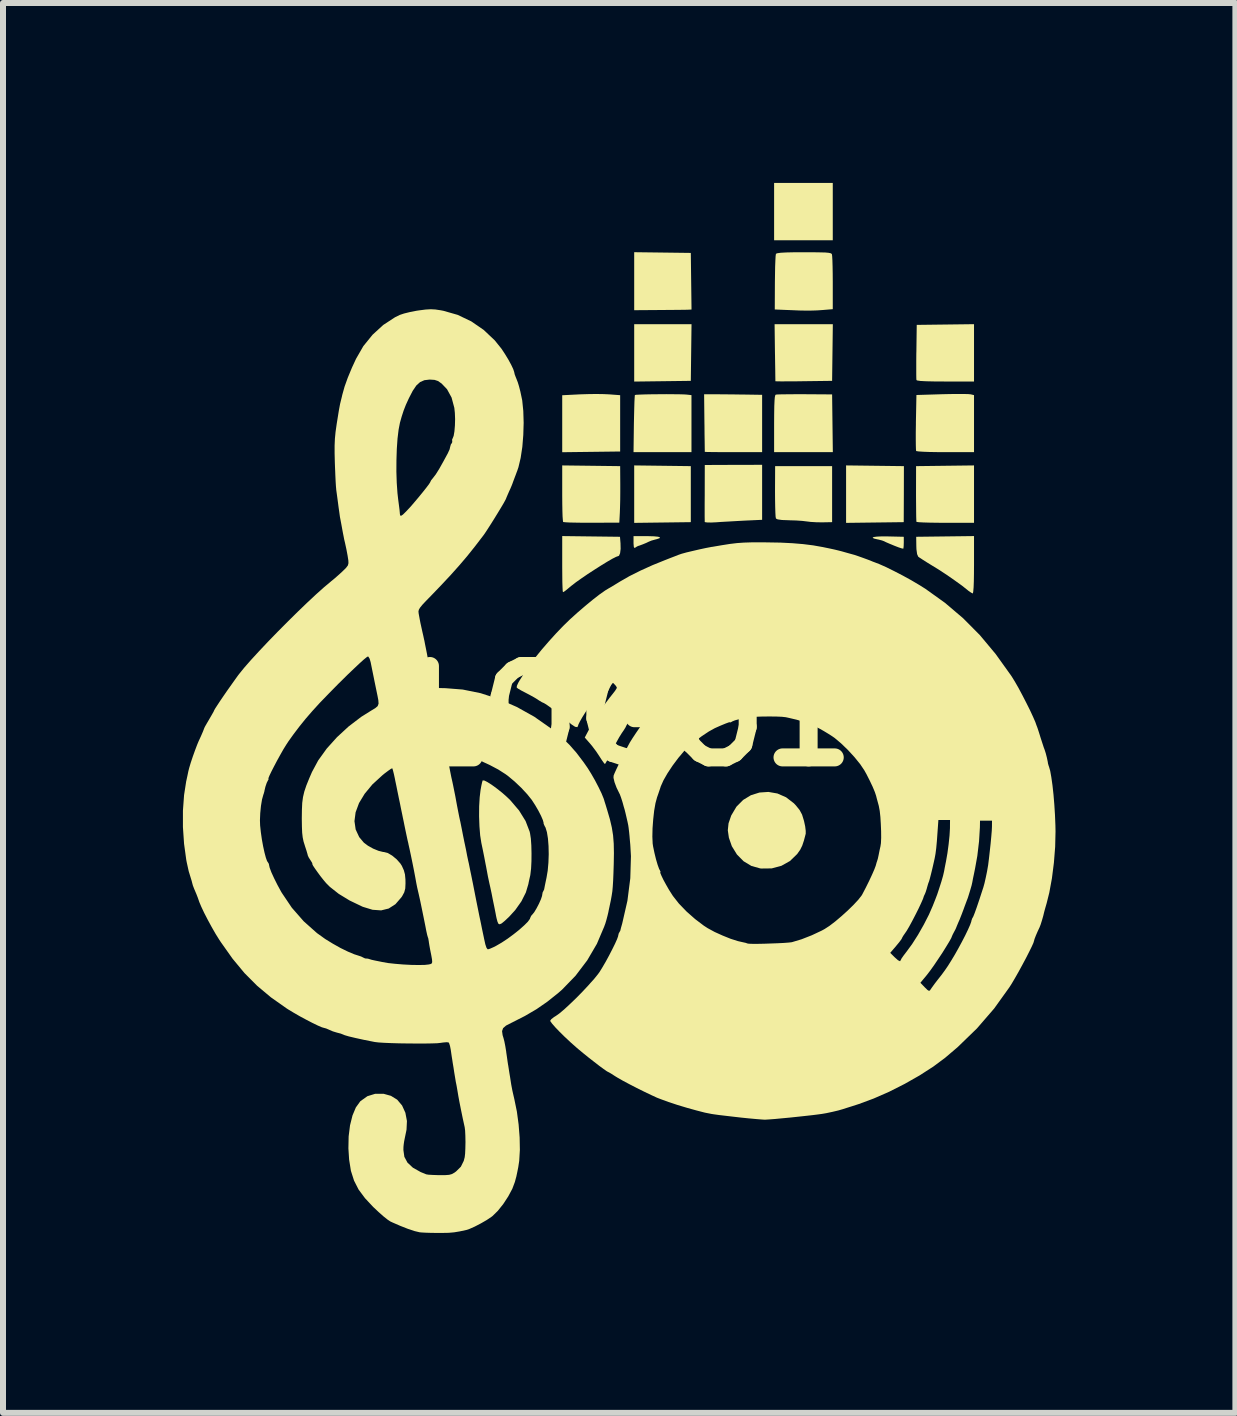
<source format=kicad_pcb>
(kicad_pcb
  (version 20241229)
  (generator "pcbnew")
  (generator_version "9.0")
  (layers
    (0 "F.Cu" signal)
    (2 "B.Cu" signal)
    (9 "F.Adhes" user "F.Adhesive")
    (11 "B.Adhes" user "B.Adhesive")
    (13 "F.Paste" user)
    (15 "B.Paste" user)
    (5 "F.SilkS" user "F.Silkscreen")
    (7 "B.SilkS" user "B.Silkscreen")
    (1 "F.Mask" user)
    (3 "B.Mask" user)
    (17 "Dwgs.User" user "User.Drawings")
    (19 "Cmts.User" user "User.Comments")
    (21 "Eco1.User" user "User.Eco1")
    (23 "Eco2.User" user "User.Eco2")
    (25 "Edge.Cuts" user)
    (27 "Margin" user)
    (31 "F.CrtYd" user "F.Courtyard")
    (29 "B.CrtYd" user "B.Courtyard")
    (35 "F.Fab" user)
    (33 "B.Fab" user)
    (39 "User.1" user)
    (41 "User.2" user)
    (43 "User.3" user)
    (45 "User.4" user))
  (footprint "LOGO1"
    (layer "F.Cu")
    (at 7.457 8.889)
    (property "Reference" "LOGO1" (at 0 0 0) (layer "F.SilkS") (effects (font (size 1.524 1.524) (thickness 0.3))))
    (attr board_only exclude_from_pos_files exclude_from_bom)
    (fp_poly (pts (xy 3.378 -7.933) (xy 2.4 -7.933) (xy 2.4 -8.889) (xy 3.378 -8.889)) (stroke (width 0) (type solid)) (fill yes) (layer "F.SilkS"))
    (fp_poly (pts (xy 4.564 -4.167) (xy 4.563 -3.7) (xy 4.561 -3.233) (xy 3.6 -3.221) (xy 3.6 -4.179)) (stroke (width 0) (type solid)) (fill yes) (layer "F.SilkS"))
    (fp_poly (pts (xy 0.539 -4.173) (xy 1.011 -4.167) (xy 1.011 -3.233) (xy 0.539 -3.227) (xy 0.067 -3.221) (xy 0.067 -4.179)) (stroke (width 0) (type solid)) (fill yes) (layer "F.SilkS"))
    (fp_poly (pts (xy 1.017 -6.061) (xy 1.011 -5.589) (xy 0.539 -5.583) (xy 0.067 -5.577) (xy 0.067 -6.533) (xy 1.023 -6.533)) (stroke (width 0) (type solid)) (fill yes) (layer "F.SilkS"))
    (fp_poly (pts (xy -0.444 -5.368) (xy -0.353 -5.364) (xy -0.167 -5.35) (xy -0.167 -4.411) (xy -0.65 -4.405) (xy -1.133 -4.399) (xy -1.133 -5.349) (xy -0.837 -5.364) (xy -0.705 -5.368) (xy -0.569 -5.37)) (stroke (width 0) (type solid)) (fill yes) (layer "F.SilkS"))
    (fp_poly (pts (xy 0.539 -7.728) (xy 1.011 -7.722) (xy 1.017 -7.25) (xy 1.023 -6.778) (xy 0.962 -6.775) (xy 0.92 -6.774) (xy 0.843 -6.773) (xy 0.737 -6.772) (xy 0.612 -6.771) (xy 0.483 -6.77) (xy 0.067 -6.767) (xy 0.067 -7.25) (xy 0.067 -7.734)) (stroke (width 0) (type solid)) (fill yes) (layer "F.SilkS"))
    (fp_poly (pts (xy 5.733 -5.578) (xy 5.257 -5.578) (xy 5.075 -5.579) (xy 4.937 -5.582) (xy 4.841 -5.587) (xy 4.787 -5.595) (xy 4.773 -5.602) (xy 4.771 -5.631) (xy 4.77 -5.697) (xy 4.77 -5.793) (xy 4.77 -5.912) (xy 4.771 -6.048) (xy 4.772 -6.074) (xy 4.778 -6.522) (xy 5.256 -6.528) (xy 5.733 -6.534)) (stroke (width 0) (type solid)) (fill yes) (layer "F.SilkS"))
    (fp_poly (pts (xy 2.879 -5.366) (xy 2.911 -5.366) (xy 3.367 -5.363) (xy 3.373 -4.882) (xy 3.379 -4.4) (xy 2.4 -4.4) (xy 2.4 -4.875) (xy 2.401 -5.042) (xy 2.403 -5.169) (xy 2.407 -5.26) (xy 2.412 -5.319) (xy 2.42 -5.351) (xy 2.428 -5.359) (xy 2.458 -5.362) (xy 2.525 -5.364) (xy 2.622 -5.365) (xy 2.743 -5.366)) (stroke (width 0) (type solid)) (fill yes) (layer "F.SilkS"))
    (fp_poly (pts (xy 3.373 -6.061) (xy 3.367 -5.589) (xy 2.894 -5.583) (xy 2.755 -5.581) (xy 2.632 -5.581) (xy 2.531 -5.58) (xy 2.46 -5.581) (xy 2.424 -5.582) (xy 2.421 -5.583) (xy 2.421 -5.606) (xy 2.42 -5.667) (xy 2.419 -5.759) (xy 2.417 -5.876) (xy 2.415 -6.011) (xy 2.414 -6.061) (xy 2.408 -6.533) (xy 3.379 -6.533)) (stroke (width 0) (type solid)) (fill yes) (layer "F.SilkS"))
    (fp_poly (pts (xy 5.733 -3.222) (xy 5.257 -3.222) (xy 5.116 -3.223) (xy 4.991 -3.225) (xy 4.889 -3.228) (xy 4.815 -3.232) (xy 4.777 -3.237) (xy 4.773 -3.239) (xy 4.771 -3.265) (xy 4.769 -3.329) (xy 4.768 -3.424) (xy 4.767 -3.542) (xy 4.766 -3.677) (xy 4.766 -3.711) (xy 4.767 -4.167) (xy 5.25 -4.173) (xy 5.733 -4.179)) (stroke (width 0) (type solid)) (fill yes) (layer "F.SilkS"))
    (fp_poly (pts (xy 0.394 -2.997) (xy 0.466 -2.99) (xy 0.498 -2.979) (xy 0.489 -2.965) (xy 0.438 -2.948) (xy 0.417 -2.943) (xy 0.356 -2.926) (xy 0.312 -2.908) (xy 0.268 -2.887) (xy 0.21 -2.863) (xy 0.156 -2.843) (xy 0.13 -2.835) (xy 0.102 -2.82) (xy 0.098 -2.817) (xy 0.074 -2.801) (xy 0.061 -2.82) (xy 0.056 -2.876) (xy 0.056 -2.9) (xy 0.056 -3) (xy 0.285 -3)) (stroke (width 0) (type solid)) (fill yes) (layer "F.SilkS"))
    (fp_poly (pts (xy 2.2 -3.73) (xy 2.2 -3.272) (xy 1.917 -3.259) (xy 1.785 -3.252) (xy 1.647 -3.244) (xy 1.521 -3.237) (xy 1.439 -3.231) (xy 1.352 -3.227) (xy 1.285 -3.228) (xy 1.248 -3.233) (xy 1.243 -3.237) (xy 1.243 -3.264) (xy 1.242 -3.328) (xy 1.242 -3.423) (xy 1.242 -3.543) (xy 1.243 -3.679) (xy 1.243 -3.721) (xy 1.244 -4.186) (xy 1.722 -4.188) (xy 2.2 -4.189)) (stroke (width 0) (type solid)) (fill yes) (layer "F.SilkS"))
    (fp_poly (pts (xy 3.367 -3.233) (xy 3.211 -3.23) (xy 3.111 -3.231) (xy 3.01 -3.237) (xy 2.944 -3.245) (xy 2.868 -3.254) (xy 2.767 -3.261) (xy 2.66 -3.264) (xy 2.64 -3.265) (xy 2.531 -3.269) (xy 2.46 -3.279) (xy 2.431 -3.293) (xy 2.425 -3.323) (xy 2.421 -3.39) (xy 2.418 -3.486) (xy 2.416 -3.605) (xy 2.415 -3.739) (xy 2.415 -3.743) (xy 2.417 -4.167) (xy 3.367 -4.167)) (stroke (width 0) (type solid)) (fill yes) (layer "F.SilkS"))
    (fp_poly (pts (xy 0.716 -5.366) (xy 0.818 -5.365) (xy 0.896 -5.363) (xy 0.942 -5.36) (xy 1.022 -5.351) (xy 1.022 -4.4) (xy 0.539 -4.4) (xy 0.056 -4.4) (xy 0.062 -4.872) (xy 0.065 -5.012) (xy 0.068 -5.136) (xy 0.071 -5.239) (xy 0.075 -5.312) (xy 0.078 -5.35) (xy 0.079 -5.353) (xy 0.104 -5.357) (xy 0.165 -5.36) (xy 0.253 -5.363) (xy 0.361 -5.365) (xy 0.48 -5.366) (xy 0.601 -5.367)) (stroke (width 0) (type solid)) (fill yes) (layer "F.SilkS"))
    (fp_poly (pts (xy -0.65 -4.173) (xy -0.167 -4.167) (xy -0.165 -3.867) (xy -0.165 -3.736) (xy -0.166 -3.604) (xy -0.169 -3.485) (xy -0.172 -3.396) (xy -0.181 -3.225) (xy -0.642 -3.223) (xy -0.781 -3.223) (xy -0.904 -3.225) (xy -1.006 -3.227) (xy -1.078 -3.231) (xy -1.115 -3.235) (xy -1.118 -3.236) (xy -1.122 -3.262) (xy -1.127 -3.326) (xy -1.13 -3.42) (xy -1.132 -3.539) (xy -1.133 -3.674) (xy -1.133 -3.715) (xy -1.133 -4.179)) (stroke (width 0) (type solid)) (fill yes) (layer "F.SilkS"))
    (fp_poly (pts (xy 1.47 -5.365) (xy 1.581 -5.364) (xy 1.711 -5.363) (xy 1.844 -5.361) (xy 1.872 -5.361) (xy 2.2 -5.356) (xy 2.2 -4.4) (xy 1.722 -4.4) (xy 1.582 -4.4) (xy 1.458 -4.401) (xy 1.356 -4.402) (xy 1.284 -4.403) (xy 1.247 -4.405) (xy 1.244 -4.406) (xy 1.244 -4.428) (xy 1.243 -4.489) (xy 1.242 -4.581) (xy 1.24 -4.698) (xy 1.239 -4.834) (xy 1.238 -4.888) (xy 1.233 -5.365) (xy 1.389 -5.365)) (stroke (width 0) (type solid)) (fill yes) (layer "F.SilkS"))
    (fp_poly (pts (xy 4.303 -2.995) (xy 4.562 -2.989) (xy 4.562 -2.894) (xy 4.56 -2.834) (xy 4.556 -2.796) (xy 4.553 -2.791) (xy 4.53 -2.795) (xy 4.477 -2.812) (xy 4.405 -2.84) (xy 4.4 -2.842) (xy 4.325 -2.873) (xy 4.265 -2.899) (xy 4.233 -2.915) (xy 4.233 -2.915) (xy 4.198 -2.928) (xy 4.14 -2.943) (xy 4.128 -2.945) (xy 4.064 -2.96) (xy 4.042 -2.974) (xy 4.06 -2.985) (xy 4.114 -2.992) (xy 4.202 -2.996)) (stroke (width 0) (type solid)) (fill yes) (layer "F.SilkS"))
    (fp_poly (pts (xy 5.564 -5.37) (xy 5.64 -5.368) (xy 5.679 -5.364) (xy 5.679 -5.364) (xy 5.733 -5.351) (xy 5.733 -4.4) (xy 5.257 -4.4) (xy 5.116 -4.401) (xy 4.99 -4.403) (xy 4.887 -4.407) (xy 4.812 -4.412) (xy 4.772 -4.418) (xy 4.768 -4.42) (xy 4.765 -4.447) (xy 4.763 -4.512) (xy 4.762 -4.607) (xy 4.762 -4.726) (xy 4.764 -4.862) (xy 4.764 -4.897) (xy 4.773 -5.353) (xy 5.199 -5.366) (xy 5.336 -5.369) (xy 5.46 -5.37)) (stroke (width 0) (type solid)) (fill yes) (layer "F.SilkS"))
    (fp_poly (pts (xy 5.733 -2.523) (xy 5.732 -2.372) (xy 5.73 -2.244) (xy 5.726 -2.143) (xy 5.72 -2.075) (xy 5.714 -2.045) (xy 5.713 -2.044) (xy 5.684 -2.058) (xy 5.638 -2.09) (xy 5.626 -2.1) (xy 5.533 -2.174) (xy 5.412 -2.261) (xy 5.277 -2.355) (xy 5.138 -2.446) (xy 5.033 -2.51) (xy 4.947 -2.563) (xy 4.873 -2.61) (xy 4.821 -2.644) (xy 4.803 -2.657) (xy 4.784 -2.7) (xy 4.773 -2.781) (xy 4.771 -2.837) (xy 4.769 -2.989) (xy 5.733 -3.001)) (stroke (width 0) (type solid)) (fill yes) (layer "F.SilkS"))
    (fp_poly (pts (xy -0.652 -2.995) (xy -0.17 -2.989) (xy -0.161 -2.88) (xy -0.159 -2.787) (xy -0.168 -2.715) (xy -0.186 -2.673) (xy -0.2 -2.667) (xy -0.234 -2.655) (xy -0.299 -2.622) (xy -0.385 -2.572) (xy -0.486 -2.51) (xy -0.596 -2.44) (xy -0.707 -2.368) (xy -0.812 -2.296) (xy -0.904 -2.231) (xy -0.976 -2.175) (xy -0.978 -2.174) (xy -1.044 -2.119) (xy -1.084 -2.087) (xy -1.106 -2.072) (xy -1.117 -2.067) (xy -1.121 -2.067) (xy -1.125 -2.088) (xy -1.128 -2.147) (xy -1.131 -2.237) (xy -1.132 -2.353) (xy -1.133 -2.487) (xy -1.133 -2.534) (xy -1.133 -3.001)) (stroke (width 0) (type solid)) (fill yes) (layer "F.SilkS"))
    (fp_poly (pts (xy 3.054 -7.733) (xy 3.17 -7.731) (xy 3.253 -7.729) (xy 3.308 -7.724) (xy 3.342 -7.717) (xy 3.359 -7.707) (xy 3.364 -7.698) (xy 3.368 -7.666) (xy 3.372 -7.597) (xy 3.375 -7.498) (xy 3.377 -7.377) (xy 3.378 -7.241) (xy 3.378 -7.224) (xy 3.378 -6.784) (xy 3.208 -6.77) (xy 3.122 -6.764) (xy 3.036 -6.761) (xy 2.941 -6.76) (xy 2.825 -6.762) (xy 2.681 -6.768) (xy 2.578 -6.772) (xy 2.411 -6.779) (xy 2.413 -7.231) (xy 2.415 -7.369) (xy 2.417 -7.493) (xy 2.421 -7.595) (xy 2.425 -7.668) (xy 2.43 -7.705) (xy 2.431 -7.708) (xy 2.455 -7.717) (xy 2.512 -7.725) (xy 2.607 -7.73) (xy 2.742 -7.733) (xy 2.899 -7.733)) (stroke (width 0) (type solid)) (fill yes) (layer "F.SilkS"))
    (fp_poly (pts (xy 2.455 1.291) (xy 2.599 1.354) (xy 2.73 1.455) (xy 2.763 1.49) (xy 2.825 1.567) (xy 2.866 1.643) (xy 2.896 1.741) (xy 2.9 1.756) (xy 2.918 1.84) (xy 2.927 1.914) (xy 2.927 1.961) (xy 2.927 1.962) (xy 2.897 2.076) (xy 2.869 2.16) (xy 2.836 2.227) (xy 2.792 2.29) (xy 2.784 2.301) (xy 2.664 2.417) (xy 2.521 2.497) (xy 2.36 2.54) (xy 2.188 2.542) (xy 2.167 2.54) (xy 2.021 2.499) (xy 1.89 2.42) (xy 1.78 2.308) (xy 1.695 2.17) (xy 1.646 2.029) (xy 1.628 1.905) (xy 1.64 1.789) (xy 1.683 1.663) (xy 1.686 1.656) (xy 1.772 1.511) (xy 1.883 1.399) (xy 2.013 1.32) (xy 2.156 1.275) (xy 2.305 1.265)) (stroke (width 0) (type solid)) (fill yes) (layer "F.SilkS"))
    (fp_poly (pts (xy -2.431 1.075) (xy -2.378 1.102) (xy -2.307 1.147) (xy -2.225 1.207) (xy -2.139 1.275) (xy -2.057 1.347) (xy -2 1.402) (xy -1.853 1.574) (xy -1.744 1.75) (xy -1.676 1.927) (xy -1.669 1.958) (xy -1.656 2.043) (xy -1.648 2.158) (xy -1.645 2.289) (xy -1.646 2.421) (xy -1.652 2.541) (xy -1.663 2.635) (xy -1.666 2.656) (xy -1.682 2.726) (xy -1.694 2.782) (xy -1.697 2.8) (xy -1.739 2.941) (xy -1.814 3.09) (xy -1.916 3.234) (xy -2.015 3.343) (xy -2.091 3.415) (xy -2.144 3.458) (xy -2.177 3.472) (xy -2.198 3.462) (xy -2.212 3.429) (xy -2.213 3.427) (xy -2.228 3.37) (xy -2.236 3.333) (xy -2.243 3.294) (xy -2.256 3.228) (xy -2.266 3.178) (xy -2.282 3.101) (xy -2.295 3.037) (xy -2.3 3.011) (xy -2.309 2.964) (xy -2.324 2.894) (xy -2.332 2.856) (xy -2.348 2.786) (xy -2.36 2.73) (xy -2.372 2.673) (xy -2.385 2.603) (xy -2.403 2.506) (xy -2.411 2.467) (xy -2.433 2.351) (xy -2.458 2.226) (xy -2.481 2.117) (xy -2.482 2.111) (xy -2.501 1.99) (xy -2.513 1.839) (xy -2.519 1.673) (xy -2.518 1.506) (xy -2.509 1.353) (xy -2.495 1.237) (xy -2.481 1.159) (xy -2.468 1.101) (xy -2.459 1.073) (xy -2.458 1.073)) (stroke (width 0) (type solid)) (fill yes) (layer "F.SilkS"))
    (fp_poly (pts (xy 2.267 -2.896) (xy 2.503 -2.892) (xy 2.705 -2.882) (xy 2.884 -2.867) (xy 3.051 -2.846) (xy 3.215 -2.817) (xy 3.233 -2.813) (xy 3.335 -2.792) (xy 3.408 -2.776) (xy 3.466 -2.762) (xy 3.525 -2.747) (xy 3.578 -2.732) (xy 3.642 -2.714) (xy 3.689 -2.701) (xy 3.7 -2.698) (xy 3.74 -2.687) (xy 3.805 -2.665) (xy 3.881 -2.638) (xy 3.952 -2.612) (xy 4 -2.594) (xy 4.045 -2.575) (xy 4.067 -2.567) (xy 4.153 -2.534) (xy 4.268 -2.483) (xy 4.401 -2.417) (xy 4.544 -2.343) (xy 4.686 -2.265) (xy 4.818 -2.187) (xy 4.922 -2.122) (xy 5.25 -1.887) (xy 5.551 -1.631) (xy 5.831 -1.349) (xy 6.094 -1.034) (xy 6.347 -0.681) (xy 6.362 -0.659) (xy 6.412 -0.578) (xy 6.473 -0.472) (xy 6.538 -0.35) (xy 6.604 -0.222) (xy 6.666 -0.098) (xy 6.717 0.012) (xy 6.755 0.099) (xy 6.767 0.133) (xy 6.777 0.161) (xy 6.784 0.178) (xy 6.797 0.215) (xy 6.818 0.28) (xy 6.843 0.361) (xy 6.845 0.367) (xy 6.872 0.45) (xy 6.895 0.521) (xy 6.912 0.566) (xy 6.912 0.567) (xy 6.929 0.62) (xy 6.948 0.694) (xy 6.963 0.766) (xy 6.966 0.789) (xy 6.977 0.828) (xy 6.983 0.844) (xy 7.003 0.913) (xy 7.022 1.019) (xy 7.041 1.153) (xy 7.058 1.308) (xy 7.072 1.476) (xy 7.083 1.65) (xy 7.09 1.821) (xy 7.092 1.922) (xy 7.086 2.18) (xy 7.065 2.445) (xy 7.032 2.705) (xy 6.988 2.945) (xy 6.944 3.121) (xy 6.923 3.194) (xy 6.907 3.251) (xy 6.901 3.275) (xy 6.887 3.333) (xy 6.866 3.406) (xy 6.844 3.476) (xy 6.825 3.525) (xy 6.822 3.531) (xy 6.793 3.593) (xy 6.764 3.66) (xy 6.742 3.717) (xy 6.733 3.75) (xy 6.723 3.783) (xy 6.694 3.847) (xy 6.651 3.934) (xy 6.598 4.038) (xy 6.538 4.15) (xy 6.476 4.264) (xy 6.415 4.371) (xy 6.36 4.464) (xy 6.323 4.522) (xy 6.069 4.876) (xy 5.783 5.207) (xy 5.459 5.521) (xy 5.251 5.698) (xy 5.055 5.844) (xy 4.827 5.991) (xy 4.577 6.133) (xy 4.318 6.264) (xy 4.06 6.377) (xy 3.815 6.468) (xy 3.781 6.479) (xy 3.691 6.508) (xy 3.608 6.534) (xy 3.549 6.553) (xy 3.543 6.555) (xy 3.47 6.576) (xy 3.373 6.599) (xy 3.27 6.621) (xy 3.2 6.633) (xy 3.134 6.642) (xy 3.039 6.654) (xy 2.922 6.667) (xy 2.793 6.681) (xy 2.66 6.695) (xy 2.531 6.707) (xy 2.416 6.718) (xy 2.324 6.725) (xy 2.262 6.729) (xy 2.244 6.73) (xy 2.185 6.726) (xy 2.099 6.719) (xy 2.001 6.71) (xy 1.978 6.708) (xy 1.851 6.695) (xy 1.72 6.68) (xy 1.592 6.665) (xy 1.481 6.652) (xy 1.395 6.64) (xy 1.356 6.634) (xy 1.245 6.612) (xy 1.106 6.576) (xy 0.951 6.533) (xy 0.791 6.485) (xy 0.64 6.435) (xy 0.511 6.388) (xy 0.444 6.362) (xy 0.349 6.318) (xy 0.234 6.263) (xy 0.111 6.202) (xy -0.011 6.139) (xy -0.12 6.081) (xy -0.206 6.032) (xy -0.247 6.007) (xy -0.308 5.968) (xy -0.353 5.941) (xy -0.37 5.933) (xy -0.393 5.92) (xy -0.444 5.884) (xy -0.515 5.832) (xy -0.599 5.767) (xy -0.689 5.697) (xy -0.777 5.626) (xy -0.858 5.559) (xy -0.9 5.523) (xy -0.997 5.437) (xy -1.091 5.349) (xy -1.177 5.264) (xy -1.25 5.188) (xy -1.303 5.127) (xy -1.331 5.088) (xy -1.333 5.079) (xy -1.315 5.054) (xy -1.27 5.019) (xy -1.239 5) (xy -1.18 4.958) (xy -1.099 4.89) (xy -1.004 4.802) (xy -0.899 4.701) (xy -0.794 4.594) (xy -0.694 4.487) (xy -0.659 4.447) (xy 4.839 4.447) (xy 4.912 4.523) (xy 4.957 4.567) (xy 4.983 4.582) (xy 5 4.572) (xy 5.009 4.558) (xy 5.036 4.519) (xy 5.079 4.46) (xy 5.122 4.404) (xy 5.192 4.315) (xy 5.247 4.24) (xy 5.297 4.167) (xy 5.351 4.081) (xy 5.413 3.978) (xy 5.471 3.875) (xy 5.53 3.766) (xy 5.586 3.658) (xy 5.633 3.56) (xy 5.668 3.481) (xy 5.687 3.428) (xy 5.689 3.415) (xy 5.703 3.373) (xy 5.708 3.366) (xy 5.722 3.34) (xy 5.745 3.282) (xy 5.778 3.19) (xy 5.822 3.06) (xy 5.877 2.891) (xy 5.889 2.855) (xy 5.908 2.786) (xy 5.929 2.693) (xy 5.95 2.592) (xy 5.965 2.505) (xy 5.968 2.489) (xy 5.982 2.377) (xy 5.996 2.252) (xy 6.01 2.125) (xy 6.021 2.008) (xy 6.029 1.912) (xy 6.032 1.847) (xy 6.032 1.844) (xy 6.033 1.744) (xy 5.833 1.744) (xy 5.831 1.856) (xy 5.817 2.087) (xy 5.788 2.332) (xy 5.752 2.533) (xy 5.733 2.628) (xy 5.716 2.708) (xy 5.706 2.763) (xy 5.703 2.778) (xy 5.692 2.826) (xy 5.667 2.912) (xy 5.633 3.022) (xy 5.623 3.05) (xy 5.616 3.067) (xy 5.602 3.105) (xy 5.578 3.169) (xy 5.559 3.222) (xy 5.526 3.309) (xy 5.492 3.395) (xy 5.475 3.433) (xy 5.451 3.49) (xy 5.436 3.527) (xy 5.434 3.533) (xy 5.422 3.559) (xy 5.4 3.6) (xy 5.377 3.644) (xy 5.367 3.667) (xy 5.353 3.702) (xy 5.317 3.766) (xy 5.266 3.85) (xy 5.205 3.948) (xy 5.137 4.05) (xy 5.069 4.151) (xy 5.005 4.241) (xy 4.95 4.313) (xy 4.937 4.329) (xy 4.839 4.447) (xy -0.659 4.447) (xy -0.606 4.389) (xy -0.538 4.305) (xy -0.511 4.268) (xy -0.463 4.19) (xy -0.408 4.096) (xy -0.352 3.993) (xy -0.329 3.948) (xy 4.336 3.948) (xy 4.407 4.019) (xy 4.465 4.071) (xy 4.5 4.088) (xy 4.511 4.069) (xy 4.524 4.043) (xy 4.558 3.994) (xy 4.606 3.931) (xy 4.607 3.93) (xy 4.7 3.803) (xy 4.799 3.648) (xy 4.895 3.479) (xy 4.981 3.311) (xy 5.044 3.167) (xy 5.065 3.114) (xy 5.088 3.056) (xy 5.12 2.972) (xy 5.154 2.869) (xy 5.188 2.763) (xy 5.216 2.666) (xy 5.233 2.593) (xy 5.236 2.578) (xy 5.243 2.538) (xy 5.256 2.472) (xy 5.266 2.422) (xy 5.29 2.285) (xy 5.31 2.135) (xy 5.325 1.99) (xy 5.332 1.868) (xy 5.332 1.85) (xy 5.333 1.733) (xy 5.139 1.733) (xy 5.125 1.928) (xy 5.114 2.083) (xy 5.103 2.202) (xy 5.091 2.295) (xy 5.078 2.367) (xy 5.06 2.448) (xy 5.039 2.54) (xy 5.017 2.63) (xy 4.998 2.704) (xy 4.985 2.75) (xy 4.983 2.756) (xy 4.97 2.79) (xy 4.961 2.82) (xy 4.948 2.866) (xy 4.945 2.878) (xy 4.928 2.932) (xy 4.914 2.967) (xy 4.9 2.996) (xy 4.898 3) (xy 4.883 3.046) (xy 4.85 3.121) (xy 4.806 3.215) (xy 4.754 3.318) (xy 4.701 3.42) (xy 4.651 3.512) (xy 4.609 3.583) (xy 4.587 3.615) (xy 4.553 3.664) (xy 4.534 3.697) (xy 4.533 3.702) (xy 4.52 3.725) (xy 4.485 3.772) (xy 4.435 3.832) (xy 4.435 3.833) (xy 4.336 3.948) (xy -0.329 3.948) (xy -0.299 3.89) (xy -0.253 3.797) (xy -0.219 3.721) (xy -0.201 3.671) (xy -0.2 3.662) (xy -0.19 3.622) (xy -0.185 3.614) (xy -0.165 3.579) (xy -0.163 3.572) (xy -0.154 3.534) (xy -0.137 3.474) (xy -0.132 3.456) (xy -0.046 3.08) (xy 0.002 2.704) (xy 0.013 2.336) (xy 0.002 2.147) (xy -0.008 2.037) (xy -0.01 2.01) (xy 0.37 2.01) (xy 0.375 2.126) (xy 0.382 2.173) (xy 0.405 2.283) (xy 0.431 2.389) (xy 0.458 2.481) (xy 0.482 2.547) (xy 0.495 2.572) (xy 0.507 2.596) (xy 0.502 2.6) (xy 0.503 2.618) (xy 0.522 2.664) (xy 0.555 2.732) (xy 0.598 2.811) (xy 0.646 2.895) (xy 0.695 2.972) (xy 0.713 3) (xy 0.812 3.126) (xy 0.94 3.259) (xy 1.083 3.385) (xy 1.228 3.495) (xy 1.293 3.537) (xy 1.409 3.6) (xy 1.542 3.66) (xy 1.676 3.714) (xy 1.799 3.753) (xy 1.878 3.771) (xy 1.928 3.782) (xy 1.955 3.792) (xy 1.981 3.796) (xy 2.042 3.798) (xy 2.129 3.798) (xy 2.234 3.796) (xy 2.346 3.792) (xy 2.457 3.788) (xy 2.558 3.783) (xy 2.639 3.777) (xy 2.692 3.771) (xy 2.7 3.769) (xy 2.857 3.722) (xy 3.028 3.655) (xy 3.192 3.578) (xy 3.24 3.552) (xy 3.322 3.499) (xy 3.42 3.424) (xy 3.525 3.335) (xy 3.629 3.241) (xy 3.725 3.147) (xy 3.804 3.062) (xy 3.858 2.993) (xy 3.869 2.975) (xy 3.928 2.862) (xy 3.984 2.749) (xy 4.033 2.644) (xy 4.071 2.557) (xy 4.094 2.496) (xy 4.099 2.478) (xy 4.11 2.438) (xy 4.116 2.422) (xy 4.129 2.38) (xy 4.143 2.316) (xy 4.146 2.3) (xy 4.159 2.235) (xy 4.17 2.185) (xy 4.172 2.178) (xy 4.181 2.12) (xy 4.185 2.03) (xy 4.184 1.919) (xy 4.179 1.8) (xy 4.172 1.684) (xy 4.161 1.582) (xy 4.147 1.507) (xy 4.146 1.5) (xy 4.125 1.423) (xy 4.108 1.36) (xy 4.101 1.331) (xy 4.08 1.268) (xy 4.043 1.179) (xy 3.994 1.076) (xy 3.94 0.969) (xy 3.904 0.905) (xy 3.835 0.802) (xy 3.74 0.685) (xy 3.63 0.565) (xy 3.516 0.455) (xy 3.409 0.365) (xy 3.37 0.338) (xy 3.303 0.295) (xy 3.227 0.249) (xy 3.154 0.208) (xy 3.096 0.178) (xy 3.067 0.166) (xy 3.041 0.157) (xy 2.99 0.136) (xy 2.967 0.125) (xy 2.88 0.092) (xy 2.776 0.061) (xy 2.644 0.03) (xy 2.593 0.019) (xy 2.529 0.012) (xy 2.435 0.008) (xy 2.321 0.007) (xy 2.202 0.008) (xy 2.09 0.012) (xy 1.998 0.019) (xy 1.944 0.026) (xy 1.894 0.037) (xy 1.825 0.051) (xy 1.811 0.054) (xy 1.748 0.071) (xy 1.701 0.09) (xy 1.694 0.095) (xy 1.671 0.107) (xy 1.667 0.104) (xy 1.648 0.104) (xy 1.593 0.124) (xy 1.508 0.159) (xy 1.411 0.202) (xy 1.312 0.257) (xy 1.197 0.333) (xy 1.079 0.422) (xy 0.972 0.512) (xy 0.9 0.583) (xy 0.802 0.699) (xy 0.708 0.825) (xy 0.623 0.953) (xy 0.555 1.072) (xy 0.51 1.173) (xy 0.498 1.211) (xy 0.487 1.243) (xy 0.467 1.302) (xy 0.448 1.356) (xy 0.422 1.452) (xy 0.4 1.578) (xy 0.384 1.723) (xy 0.373 1.871) (xy 0.37 2.01) (xy -0.01 2.01) (xy -0.017 1.939) (xy -0.026 1.863) (xy -0.032 1.822) (xy -0.044 1.764) (xy -0.061 1.69) (xy -0.078 1.617) (xy -0.092 1.561) (xy -0.097 1.544) (xy -0.107 1.511) (xy -0.123 1.452) (xy -0.131 1.425) (xy -0.153 1.357) (xy -0.173 1.303) (xy -0.179 1.292) (xy -0.227 1.194) (xy -0.261 1.103) (xy -0.278 1.03) (xy -0.276 0.993) (xy -0.26 0.952) (xy -0.228 0.882) (xy -0.185 0.792) (xy -0.136 0.692) (xy -0.086 0.593) (xy -0.04 0.505) (xy -0.005 0.44) (xy 0.04 0.368) (xy 0.101 0.276) (xy 0.168 0.179) (xy 0.23 0.092) (xy 0.247 0.07) (xy 0.272 0.034) (xy 0.27 0.008) (xy 0.239 -0.026) (xy 0.229 -0.035) (xy 0.184 -0.071) (xy 0.15 -0.087) (xy 0.147 -0.088) (xy 0.124 -0.071) (xy 0.083 -0.03) (xy 0.035 0.025) (xy -0.012 0.083) (xy -0.049 0.133) (xy -0.066 0.164) (xy -0.067 0.166) (xy -0.078 0.19) (xy -0.108 0.238) (xy -0.141 0.286) (xy -0.184 0.355) (xy -0.236 0.449) (xy -0.29 0.551) (xy -0.312 0.597) (xy -0.354 0.682) (xy -0.389 0.749) (xy -0.414 0.791) (xy -0.421 0.8) (xy -0.438 0.782) (xy -0.471 0.736) (xy -0.509 0.677) (xy -0.566 0.591) (xy -0.632 0.503) (xy -0.671 0.456) (xy -0.757 0.358) (xy -0.692 0.235) (xy -0.649 0.158) (xy -0.608 0.087) (xy -0.585 0.051) (xy -0.55 -0.005) (xy -0.522 -0.049) (xy -0.475 -0.123) (xy -0.411 -0.214) (xy -0.343 -0.305) (xy -0.295 -0.365) (xy -0.253 -0.419) (xy -0.227 -0.46) (xy -0.222 -0.474) (xy -0.237 -0.502) (xy -0.274 -0.542) (xy -0.28 -0.548) (xy -0.323 -0.582) (xy -0.352 -0.586) (xy -0.373 -0.573) (xy -0.41 -0.534) (xy -0.464 -0.468) (xy -0.529 -0.381) (xy -0.599 -0.283) (xy -0.67 -0.179) (xy -0.737 -0.077) (xy -0.795 0.015) (xy -0.838 0.09) (xy -0.863 0.141) (xy -0.867 0.156) (xy -0.88 0.185) (xy -0.918 0.179) (xy -0.98 0.138) (xy -1.036 0.09) (xy -1.101 0.034) (xy -1.178 -0.029) (xy -1.259 -0.092) (xy -1.335 -0.148) (xy -1.399 -0.193) (xy -1.441 -0.218) (xy -1.452 -0.222) (xy -1.477 -0.234) (xy -1.523 -0.262) (xy -1.54 -0.274) (xy -1.602 -0.312) (xy -1.684 -0.357) (xy -1.747 -0.39) (xy -1.816 -0.426) (xy -1.869 -0.457) (xy -1.892 -0.475) (xy -1.889 -0.504) (xy -1.866 -0.555) (xy -1.841 -0.598) (xy -1.799 -0.664) (xy -1.763 -0.722) (xy -1.749 -0.744) (xy -1.681 -0.844) (xy -1.589 -0.967) (xy -1.479 -1.103) (xy -1.358 -1.243) (xy -1.235 -1.379) (xy -1.118 -1.501) (xy -1.005 -1.611) (xy -0.88 -1.724) (xy -0.751 -1.835) (xy -0.626 -1.938) (xy -0.513 -2.026) (xy -0.418 -2.093) (xy -0.367 -2.124) (xy -0.327 -2.147) (xy -0.262 -2.186) (xy -0.185 -2.233) (xy -0.167 -2.244) (xy -0.012 -2.333) (xy 0.174 -2.426) (xy 0.375 -2.517) (xy 0.578 -2.599) (xy 0.667 -2.634) (xy 0.745 -2.664) (xy 0.799 -2.685) (xy 0.811 -2.69) (xy 0.858 -2.706) (xy 0.938 -2.728) (xy 1.039 -2.752) (xy 1.151 -2.778) (xy 1.262 -2.802) (xy 1.362 -2.821) (xy 1.367 -2.821) (xy 1.531 -2.849) (xy 1.664 -2.87) (xy 1.781 -2.884) (xy 1.894 -2.892) (xy 2.015 -2.896) (xy 2.159 -2.897)) (stroke (width 0) (type solid)) (fill yes) (layer "F.SilkS"))
    (fp_poly (pts (xy -3.249 -6.779) (xy -3.161 -6.766) (xy -3.114 -6.757) (xy -2.876 -6.689) (xy -2.65 -6.581) (xy -2.442 -6.438) (xy -2.258 -6.264) (xy -2.146 -6.125) (xy -2.088 -6.037) (xy -2.032 -5.945) (xy -1.984 -5.857) (xy -1.95 -5.785) (xy -1.934 -5.737) (xy -1.933 -5.732) (xy -1.925 -5.696) (xy -1.904 -5.641) (xy -1.902 -5.637) (xy -1.874 -5.565) (xy -1.854 -5.5) (xy -1.84 -5.446) (xy -1.831 -5.411) (xy -1.8 -5.264) (xy -1.782 -5.087) (xy -1.776 -4.891) (xy -1.782 -4.687) (xy -1.798 -4.488) (xy -1.826 -4.304) (xy -1.863 -4.148) (xy -1.883 -4.089) (xy -1.897 -4.053) (xy -1.9 -4.044) (xy -1.91 -4.017) (xy -1.919 -3.994) (xy -1.94 -3.938) (xy -1.948 -3.917) (xy -1.962 -3.878) (xy -1.966 -3.867) (xy -1.976 -3.842) (xy -1.998 -3.79) (xy -2.018 -3.747) (xy -2.045 -3.685) (xy -2.063 -3.643) (xy -2.067 -3.631) (xy -2.078 -3.607) (xy -2.108 -3.552) (xy -2.153 -3.476) (xy -2.207 -3.387) (xy -2.266 -3.291) (xy -2.325 -3.197) (xy -2.379 -3.113) (xy -2.423 -3.046) (xy -2.448 -3.011) (xy -2.586 -2.831) (xy -2.717 -2.667) (xy -2.85 -2.511) (xy -2.992 -2.352) (xy -3.151 -2.182) (xy -3.319 -2.007) (xy -3.406 -1.918) (xy -3.466 -1.854) (xy -3.503 -1.808) (xy -3.523 -1.774) (xy -3.53 -1.745) (xy -3.527 -1.713) (xy -3.524 -1.696) (xy -3.51 -1.619) (xy -3.497 -1.552) (xy -3.48 -1.475) (xy -3.466 -1.411) (xy -3.449 -1.337) (xy -3.436 -1.276) (xy -3.431 -1.256) (xy -3.421 -1.202) (xy -3.405 -1.123) (xy -3.388 -1.037) (xy -3.374 -0.961) (xy -3.366 -0.922) (xy -3.357 -0.876) (xy -3.343 -0.805) (xy -3.334 -0.756) (xy -3.319 -0.682) (xy -3.307 -0.623) (xy -3.303 -0.6) (xy -3.289 -0.536) (xy -3.271 -0.497) (xy -3.238 -0.476) (xy -3.18 -0.467) (xy -3.089 -0.465) (xy -3.082 -0.465) (xy -2.792 -0.442) (xy -2.492 -0.381) (xy -2.189 -0.283) (xy -1.889 -0.151) (xy -1.599 0.011) (xy -1.325 0.203) (xy -1.297 0.224) (xy -1.145 0.352) (xy -1.014 0.478) (xy -0.896 0.612) (xy -0.777 0.769) (xy -0.708 0.868) (xy -0.649 0.963) (xy -0.586 1.073) (xy -0.527 1.186) (xy -0.477 1.29) (xy -0.443 1.373) (xy -0.434 1.4) (xy -0.427 1.425) (xy -0.409 1.481) (xy -0.386 1.557) (xy -0.383 1.567) (xy -0.338 1.721) (xy -0.306 1.858) (xy -0.285 1.989) (xy -0.274 2.128) (xy -0.271 2.286) (xy -0.274 2.467) (xy -0.279 2.624) (xy -0.284 2.745) (xy -0.29 2.841) (xy -0.297 2.92) (xy -0.308 2.991) (xy -0.321 3.065) (xy -0.333 3.122) (xy -0.348 3.193) (xy -0.36 3.249) (xy -0.363 3.267) (xy -0.378 3.33) (xy -0.397 3.402) (xy -0.414 3.459) (xy -0.417 3.467) (xy -0.43 3.502) (xy -0.433 3.511) (xy -0.555 3.798) (xy -0.716 4.073) (xy -0.911 4.33) (xy -1.135 4.561) (xy -1.2 4.618) (xy -1.382 4.763) (xy -1.561 4.887) (xy -1.754 5) (xy -1.974 5.112) (xy -1.983 5.116) (xy -2.07 5.161) (xy -2.119 5.204) (xy -2.136 5.253) (xy -2.127 5.32) (xy -2.112 5.369) (xy -2.098 5.423) (xy -2.082 5.504) (xy -2.067 5.595) (xy -2.067 5.6) (xy -2.054 5.689) (xy -2.043 5.768) (xy -2.035 5.82) (xy -2.034 5.822) (xy -2.026 5.873) (xy -2.014 5.95) (xy -2.002 6.022) (xy -1.983 6.145) (xy -1.964 6.245) (xy -1.942 6.342) (xy -1.931 6.389) (xy -1.889 6.594) (xy -1.86 6.81) (xy -1.843 7.027) (xy -1.839 7.233) (xy -1.85 7.416) (xy -1.866 7.522) (xy -1.881 7.597) (xy -1.893 7.654) (xy -1.898 7.678) (xy -1.908 7.714) (xy -1.922 7.767) (xy -1.965 7.882) (xy -2.033 8.009) (xy -2.116 8.136) (xy -2.207 8.25) (xy -2.295 8.336) (xy -2.309 8.347) (xy -2.392 8.403) (xy -2.491 8.46) (xy -2.591 8.512) (xy -2.679 8.551) (xy -2.733 8.569) (xy -2.845 8.593) (xy -2.936 8.608) (xy -3.026 8.616) (xy -3.132 8.618) (xy -3.211 8.618) (xy -3.317 8.617) (xy -3.411 8.614) (xy -3.481 8.61) (xy -3.511 8.607) (xy -3.595 8.587) (xy -3.706 8.55) (xy -3.833 8.5) (xy -3.964 8.443) (xy -4 8.426) (xy -4.045 8.396) (xy -4.113 8.342) (xy -4.193 8.271) (xy -4.278 8.191) (xy -4.281 8.189) (xy -4.421 8.039) (xy -4.528 7.895) (xy -4.604 7.746) (xy -4.656 7.583) (xy -4.686 7.396) (xy -4.698 7.209) (xy -4.694 7.009) (xy -4.671 6.824) (xy -4.63 6.66) (xy -4.574 6.526) (xy -4.502 6.426) (xy -4.495 6.419) (xy -4.381 6.338) (xy -4.251 6.298) (xy -4.111 6.298) (xy -3.989 6.332) (xy -3.885 6.396) (xy -3.803 6.493) (xy -3.748 6.614) (xy -3.722 6.752) (xy -3.729 6.897) (xy -3.734 6.922) (xy -3.755 7.023) (xy -3.769 7.093) (xy -3.776 7.143) (xy -3.78 7.185) (xy -3.781 7.232) (xy -3.781 7.236) (xy -3.765 7.349) (xy -3.713 7.446) (xy -3.623 7.53) (xy -3.493 7.603) (xy -3.4 7.641) (xy -3.363 7.647) (xy -3.295 7.651) (xy -3.208 7.654) (xy -3.176 7.654) (xy -3.081 7.654) (xy -3.017 7.649) (xy -2.971 7.636) (xy -2.929 7.612) (xy -2.902 7.592) (xy -2.823 7.514) (xy -2.775 7.417) (xy -2.759 7.356) (xy -2.752 7.295) (xy -2.748 7.205) (xy -2.746 7.102) (xy -2.748 6.999) (xy -2.752 6.912) (xy -2.759 6.856) (xy -2.791 6.71) (xy -2.821 6.564) (xy -2.847 6.433) (xy -2.866 6.33) (xy -2.869 6.311) (xy -2.882 6.234) (xy -2.893 6.17) (xy -2.898 6.144) (xy -2.907 6.101) (xy -2.919 6.028) (xy -2.933 5.944) (xy -2.946 5.858) (xy -2.959 5.781) (xy -2.966 5.733) (xy -2.975 5.678) (xy -2.986 5.602) (xy -2.991 5.567) (xy -3.004 5.5) (xy -3.019 5.454) (xy -3.027 5.442) (xy -3.059 5.438) (xy -3.119 5.443) (xy -3.16 5.449) (xy -3.215 5.455) (xy -3.306 5.458) (xy -3.423 5.46) (xy -3.558 5.46) (xy -3.703 5.459) (xy -3.848 5.457) (xy -3.984 5.453) (xy -4.103 5.448) (xy -4.196 5.442) (xy -4.254 5.435) (xy -4.256 5.435) (xy -4.437 5.399) (xy -4.583 5.367) (xy -4.692 5.341) (xy -4.76 5.321) (xy -4.779 5.313) (xy -4.824 5.295) (xy -4.885 5.279) (xy -4.886 5.279) (xy -4.958 5.257) (xy -5.018 5.231) (xy -5.069 5.209) (xy -5.103 5.2) (xy -5.141 5.189) (xy -5.208 5.16) (xy -5.297 5.117) (xy -5.399 5.064) (xy -5.507 5.006) (xy -5.611 4.946) (xy -5.704 4.89) (xy -5.733 4.871) (xy -5.991 4.689) (xy -6.221 4.496) (xy -6.431 4.285) (xy -6.629 4.046) (xy -6.823 3.772) (xy -6.851 3.73) (xy -6.912 3.632) (xy -6.978 3.517) (xy -7.043 3.397) (xy -7.103 3.281) (xy -7.151 3.179) (xy -7.184 3.101) (xy -7.19 3.083) (xy -7.21 3.026) (xy -7.233 2.967) (xy -7.27 2.88) (xy -7.291 2.825) (xy -7.3 2.792) (xy -7.301 2.789) (xy -7.311 2.749) (xy -7.316 2.733) (xy -7.361 2.586) (xy -7.394 2.436) (xy -7.401 2.4) (xy -7.438 2.13) (xy -7.457 1.852) (xy -7.457 1.738) (xy -6.173 1.738) (xy -6.17 1.824) (xy -6.158 1.936) (xy -6.141 2.055) (xy -6.12 2.171) (xy -6.097 2.276) (xy -6.074 2.362) (xy -6.054 2.418) (xy -6.042 2.435) (xy -6.024 2.465) (xy -6.022 2.48) (xy -6.011 2.528) (xy -5.982 2.606) (xy -5.937 2.704) (xy -5.882 2.814) (xy -5.82 2.928) (xy -5.808 2.948) (xy -5.641 3.196) (xy -5.443 3.422) (xy -5.223 3.618) (xy -5.085 3.717) (xy -4.958 3.795) (xy -4.828 3.868) (xy -4.705 3.928) (xy -4.6 3.972) (xy -4.541 3.991) (xy -4.486 4.009) (xy -4.452 4.026) (xy -4.418 4.042) (xy -4.408 4.042) (xy -4.372 4.045) (xy -4.356 4.05) (xy -4.31 4.064) (xy -4.256 4.076) (xy -4.186 4.09) (xy -4.133 4.101) (xy -4.037 4.118) (xy -3.917 4.131) (xy -3.784 4.142) (xy -3.649 4.149) (xy -3.525 4.151) (xy -3.423 4.149) (xy -3.36 4.142) (xy -3.328 4.135) (xy -3.308 4.124) (xy -3.301 4.101) (xy -3.304 4.057) (xy -3.317 3.984) (xy -3.334 3.9) (xy -3.347 3.829) (xy -3.356 3.773) (xy -3.358 3.756) (xy -3.367 3.704) (xy -3.373 3.689) (xy -3.384 3.651) (xy -3.399 3.584) (xy -3.413 3.511) (xy -3.441 3.371) (xy -3.471 3.224) (xy -3.5 3.084) (xy -3.526 2.967) (xy -3.534 2.933) (xy -3.551 2.859) (xy -3.564 2.794) (xy -3.567 2.778) (xy -3.582 2.695) (xy -3.603 2.584) (xy -3.628 2.458) (xy -3.654 2.332) (xy -3.678 2.219) (xy -3.697 2.134) (xy -3.699 2.122) (xy -3.711 2.072) (xy -3.728 1.993) (xy -3.748 1.898) (xy -3.766 1.811) (xy -3.775 1.765) (xy -3.79 1.694) (xy -3.8 1.644) (xy -3.816 1.568) (xy -3.829 1.504) (xy -3.834 1.478) (xy -3.844 1.429) (xy -3.859 1.359) (xy -3.864 1.333) (xy -3.879 1.261) (xy -3.898 1.166) (xy -3.919 1.066) (xy -3.92 1.057) (xy -3.938 0.974) (xy -3.954 0.909) (xy -3.965 0.874) (xy -3.966 0.871) (xy -3.987 0.879) (xy -4.033 0.911) (xy -4.097 0.959) (xy -4.132 0.988) (xy -4.298 1.14) (xy -4.427 1.296) (xy -4.521 1.451) (xy -4.578 1.605) (xy -4.597 1.752) (xy -4.577 1.891) (xy -4.518 2.018) (xy -4.44 2.111) (xy -4.372 2.162) (xy -4.286 2.21) (xy -4.196 2.247) (xy -4.12 2.266) (xy -4.105 2.267) (xy -4.042 2.283) (xy -3.968 2.327) (xy -3.893 2.389) (xy -3.832 2.458) (xy -3.807 2.497) (xy -3.774 2.57) (xy -3.755 2.64) (xy -3.747 2.725) (xy -3.746 2.789) (xy -3.75 2.875) (xy -3.767 2.939) (xy -3.802 3.004) (xy -3.816 3.024) (xy -3.914 3.137) (xy -4.026 3.209) (xy -4.152 3.24) (xy -4.295 3.23) (xy -4.456 3.181) (xy -4.472 3.174) (xy -4.678 3.075) (xy -4.86 2.964) (xy -5.008 2.847) (xy -5.069 2.786) (xy -5.112 2.735) (xy -5.162 2.672) (xy -5.212 2.604) (xy -5.256 2.542) (xy -5.288 2.494) (xy -5.3 2.468) (xy -5.299 2.467) (xy -5.301 2.451) (xy -5.324 2.413) (xy -5.329 2.406) (xy -5.359 2.359) (xy -5.373 2.329) (xy -5.374 2.327) (xy -5.381 2.299) (xy -5.398 2.241) (xy -5.423 2.165) (xy -5.424 2.161) (xy -5.446 2.091) (xy -5.46 2.023) (xy -5.469 1.945) (xy -5.473 1.847) (xy -5.475 1.717) (xy -5.475 1.7) (xy -5.473 1.56) (xy -5.468 1.448) (xy -5.455 1.351) (xy -5.433 1.258) (xy -5.399 1.157) (xy -5.35 1.036) (xy -5.305 0.932) (xy -5.201 0.739) (xy -5.116 0.621) (xy -3.061 0.621) (xy -3.058 0.639) (xy -3.045 0.689) (xy -3.035 0.744) (xy -3.02 0.824) (xy -3.001 0.923) (xy -2.982 1.019) (xy -2.966 1.089) (xy -2.952 1.155) (xy -2.934 1.245) (xy -2.915 1.339) (xy -2.901 1.416) (xy -2.9 1.422) (xy -2.886 1.497) (xy -2.868 1.59) (xy -2.85 1.681) (xy -2.835 1.749) (xy -2.833 1.756) (xy -2.822 1.811) (xy -2.807 1.886) (xy -2.8 1.922) (xy -2.785 1.999) (xy -2.771 2.067) (xy -2.767 2.089) (xy -2.755 2.144) (xy -2.739 2.22) (xy -2.732 2.256) (xy -2.718 2.33) (xy -2.705 2.391) (xy -2.701 2.411) (xy -2.69 2.458) (xy -2.676 2.528) (xy -2.666 2.578) (xy -2.65 2.654) (xy -2.637 2.719) (xy -2.632 2.744) (xy -2.623 2.787) (xy -2.609 2.859) (xy -2.592 2.945) (xy -2.59 2.956) (xy -2.564 3.088) (xy -2.537 3.222) (xy -2.513 3.341) (xy -2.498 3.411) (xy -2.487 3.464) (xy -2.472 3.539) (xy -2.455 3.62) (xy -2.441 3.686) (xy -2.436 3.711) (xy -2.415 3.806) (xy -2.396 3.863) (xy -2.378 3.887) (xy -2.37 3.889) (xy -2.337 3.879) (xy -2.28 3.854) (xy -2.233 3.83) (xy -2.142 3.777) (xy -2.042 3.711) (xy -1.942 3.637) (xy -1.848 3.562) (xy -1.767 3.49) (xy -1.706 3.429) (xy -1.672 3.382) (xy -1.667 3.366) (xy -1.651 3.331) (xy -1.632 3.31) (xy -1.6 3.271) (xy -1.561 3.206) (xy -1.521 3.129) (xy -1.488 3.055) (xy -1.469 2.998) (xy -1.467 2.982) (xy -1.459 2.939) (xy -1.451 2.925) (xy -1.435 2.892) (xy -1.431 2.872) (xy -1.423 2.83) (xy -1.409 2.762) (xy -1.395 2.696) (xy -1.375 2.578) (xy -1.363 2.444) (xy -1.358 2.304) (xy -1.361 2.167) (xy -1.371 2.041) (xy -1.388 1.936) (xy -1.411 1.86) (xy -1.426 1.834) (xy -1.443 1.795) (xy -1.444 1.777) (xy -1.456 1.734) (xy -1.486 1.664) (xy -1.53 1.578) (xy -1.583 1.487) (xy -1.638 1.402) (xy -1.639 1.4) (xy -1.715 1.305) (xy -1.815 1.197) (xy -1.927 1.091) (xy -2.037 0.999) (xy -2.078 0.969) (xy -2.2 0.891) (xy -2.342 0.816) (xy -2.494 0.746) (xy -2.646 0.685) (xy -2.789 0.638) (xy -2.912 0.609) (xy -2.996 0.6) (xy -3.046 0.604) (xy -3.061 0.621) (xy -5.116 0.621) (xy -5.06 0.543) (xy -4.889 0.353) (xy -4.695 0.174) (xy -4.484 0.013) (xy -4.321 -0.089) (xy -4.25 -0.132) (xy -4.21 -0.166) (xy -4.195 -0.207) (xy -4.199 -0.265) (xy -4.214 -0.344) (xy -4.237 -0.455) (xy -4.262 -0.576) (xy -4.278 -0.656) (xy -4.297 -0.749) (xy -4.315 -0.838) (xy -4.327 -0.898) (xy -4.344 -0.956) (xy -4.366 -0.991) (xy -4.372 -0.994) (xy -4.394 -0.981) (xy -4.443 -0.941) (xy -4.515 -0.876) (xy -4.605 -0.791) (xy -4.711 -0.69) (xy -4.826 -0.576) (xy -4.862 -0.541) (xy -5.032 -0.368) (xy -5.176 -0.219) (xy -5.299 -0.084) (xy -5.409 0.043) (xy -5.511 0.169) (xy -5.612 0.302) (xy -5.698 0.422) (xy -5.736 0.48) (xy -5.784 0.558) (xy -5.836 0.65) (xy -5.889 0.746) (xy -5.939 0.841) (xy -5.982 0.925) (xy -6.014 0.992) (xy -6.031 1.034) (xy -6.031 1.044) (xy -6.03 1.058) (xy -6.039 1.072) (xy -6.06 1.114) (xy -6.082 1.179) (xy -6.098 1.247) (xy -6.099 1.256) (xy -6.11 1.295) (xy -6.116 1.311) (xy -6.138 1.39) (xy -6.156 1.498) (xy -6.168 1.619) (xy -6.173 1.738) (xy -7.457 1.738) (xy -7.457 1.577) (xy -7.438 1.317) (xy -7.402 1.085) (xy -7.4 1.078) (xy -7.384 1.004) (xy -7.371 0.942) (xy -7.367 0.922) (xy -7.352 0.863) (xy -7.326 0.776) (xy -7.292 0.674) (xy -7.255 0.571) (xy -7.221 0.481) (xy -7.197 0.423) (xy -7.156 0.334) (xy -7.124 0.26) (xy -7.105 0.211) (xy -7.101 0.2) (xy -7.09 0.177) (xy -7.061 0.126) (xy -7.021 0.058) (xy -7.016 0.049) (xy -6.976 -0.02) (xy -6.946 -0.073) (xy -6.934 -0.1) (xy -6.933 -0.101) (xy -6.921 -0.123) (xy -6.888 -0.174) (xy -6.84 -0.247) (xy -6.781 -0.334) (xy -6.716 -0.428) (xy -6.65 -0.521) (xy -6.589 -0.607) (xy -6.538 -0.678) (xy -6.521 -0.7) (xy -6.437 -0.804) (xy -6.325 -0.932) (xy -6.191 -1.078) (xy -6.041 -1.237) (xy -5.88 -1.403) (xy -5.713 -1.571) (xy -5.547 -1.735) (xy -5.386 -1.89) (xy -5.236 -2.03) (xy -5.104 -2.148) (xy -4.993 -2.241) (xy -4.99 -2.244) (xy -4.924 -2.298) (xy -4.847 -2.366) (xy -4.796 -2.413) (xy -4.738 -2.47) (xy -4.707 -2.511) (xy -4.697 -2.549) (xy -4.699 -2.595) (xy -4.712 -2.678) (xy -4.732 -2.784) (xy -4.756 -2.894) (xy -4.768 -2.944) (xy -4.777 -2.991) (xy -4.791 -3.062) (xy -4.8 -3.111) (xy -4.814 -3.188) (xy -4.826 -3.252) (xy -4.831 -3.278) (xy -4.839 -3.319) (xy -4.849 -3.392) (xy -4.862 -3.483) (xy -4.867 -3.522) (xy -4.88 -3.62) (xy -4.892 -3.709) (xy -4.901 -3.774) (xy -4.902 -3.789) (xy -4.906 -3.833) (xy -4.911 -3.913) (xy -4.916 -4.019) (xy -4.918 -4.075) (xy -3.898 -4.075) (xy -3.892 -3.889) (xy -3.88 -3.717) (xy -3.868 -3.611) (xy -3.856 -3.52) (xy -3.846 -3.442) (xy -3.841 -3.389) (xy -3.841 -3.383) (xy -3.836 -3.347) (xy -3.821 -3.338) (xy -3.789 -3.359) (xy -3.736 -3.411) (xy -3.72 -3.428) (xy -3.662 -3.49) (xy -3.596 -3.567) (xy -3.526 -3.65) (xy -3.459 -3.732) (xy -3.401 -3.805) (xy -3.357 -3.863) (xy -3.335 -3.897) (xy -3.333 -3.902) (xy -3.32 -3.929) (xy -3.291 -3.965) (xy -3.243 -4.027) (xy -3.184 -4.121) (xy -3.115 -4.244) (xy -3.076 -4.316) (xy -3.039 -4.384) (xy -3.037 -4.389) (xy -3.011 -4.446) (xy -3 -4.492) (xy -3 -4.493) (xy -2.988 -4.533) (xy -2.977 -4.545) (xy -2.965 -4.572) (xy -2.968 -4.58) (xy -2.968 -4.614) (xy -2.96 -4.629) (xy -2.943 -4.672) (xy -2.93 -4.748) (xy -2.922 -4.845) (xy -2.919 -4.951) (xy -2.923 -5.055) (xy -2.932 -5.139) (xy -2.978 -5.311) (xy -3.054 -5.45) (xy -3.144 -5.544) (xy -3.204 -5.586) (xy -3.261 -5.605) (xy -3.339 -5.61) (xy -3.346 -5.61) (xy -3.431 -5.6) (xy -3.502 -5.569) (xy -3.565 -5.512) (xy -3.626 -5.422) (xy -3.689 -5.3) (xy -3.739 -5.191) (xy -3.777 -5.094) (xy -3.811 -4.989) (xy -3.839 -4.889) (xy -3.861 -4.775) (xy -3.879 -4.627) (xy -3.891 -4.454) (xy -3.897 -4.267) (xy -3.898 -4.075) (xy -4.918 -4.075) (xy -4.921 -4.141) (xy -4.924 -4.222) (xy -4.928 -4.381) (xy -4.928 -4.511) (xy -4.923 -4.625) (xy -4.912 -4.738) (xy -4.894 -4.865) (xy -4.892 -4.878) (xy -4.874 -4.99) (xy -4.858 -5.089) (xy -4.844 -5.165) (xy -4.836 -5.208) (xy -4.835 -5.211) (xy -4.823 -5.26) (xy -4.806 -5.329) (xy -4.8 -5.356) (xy -4.762 -5.492) (xy -4.709 -5.64) (xy -4.638 -5.811) (xy -4.571 -5.956) (xy -4.449 -6.168) (xy -4.295 -6.358) (xy -4.117 -6.521) (xy -3.921 -6.649) (xy -3.839 -6.689) (xy -3.77 -6.712) (xy -3.673 -6.736) (xy -3.566 -6.757) (xy -3.52 -6.764) (xy -3.411 -6.778) (xy -3.326 -6.783)) (stroke (width 0) (type solid)) (fill yes) (layer "F.SilkS")))
  (gr_rect
    (start -3 -3)
    (end 17.548 20.507)
    (stroke (width 0.1) (type default))
    (fill no)
    (layer "Edge.Cuts")))
</source>
